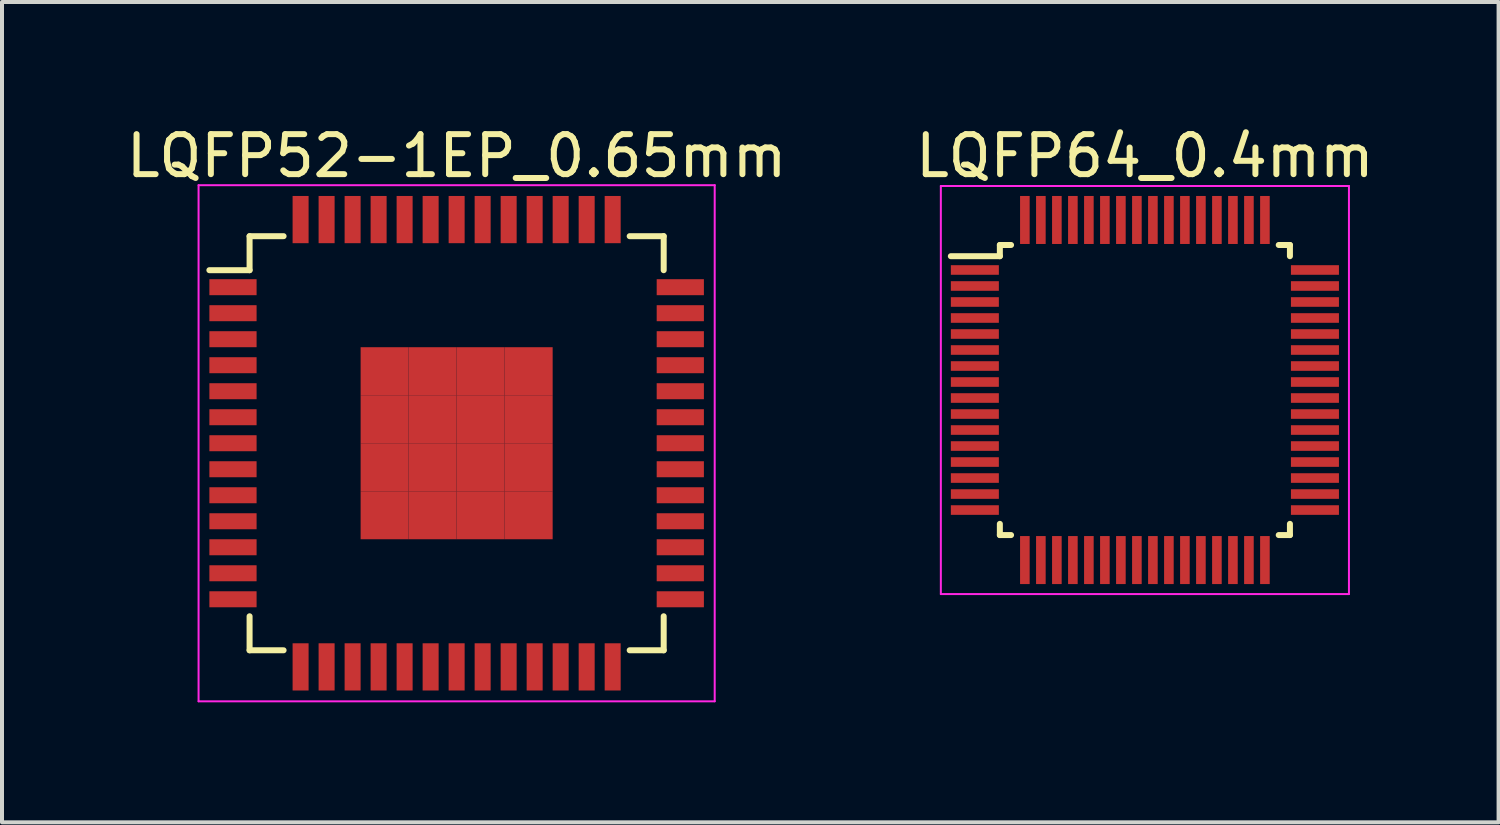
<source format=kicad_pcb>
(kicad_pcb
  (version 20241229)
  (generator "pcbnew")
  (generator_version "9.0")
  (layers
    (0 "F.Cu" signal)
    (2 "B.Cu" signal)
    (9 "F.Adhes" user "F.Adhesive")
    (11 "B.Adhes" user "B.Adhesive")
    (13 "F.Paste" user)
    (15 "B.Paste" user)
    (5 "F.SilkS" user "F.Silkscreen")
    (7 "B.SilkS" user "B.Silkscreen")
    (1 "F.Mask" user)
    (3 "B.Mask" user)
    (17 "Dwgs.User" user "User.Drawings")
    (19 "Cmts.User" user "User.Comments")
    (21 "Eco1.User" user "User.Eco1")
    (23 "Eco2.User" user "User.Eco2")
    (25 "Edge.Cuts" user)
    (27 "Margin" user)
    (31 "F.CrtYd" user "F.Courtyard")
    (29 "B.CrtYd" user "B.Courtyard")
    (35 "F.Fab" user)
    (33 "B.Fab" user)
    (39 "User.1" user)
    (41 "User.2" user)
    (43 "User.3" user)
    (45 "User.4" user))
  (footprint "LQFP52-1EP_0.65mm"
    (layer "F.Cu")
    (at 8.363 8.028)
    (property "Reference" "LQFP52-1EP_0.65mm" (at 0 -7.18 0) (layer "F.SilkS") (effects (font (size 1 1) (thickness 0.15))))
    (attr smd)
    (fp_line (start -5.175 -5.175) (end -5.175 -4.325) (stroke (width 0.15) (type solid)) (layer "F.SilkS"))
    (fp_line (start -5.175 -5.175) (end -4.325 -5.175) (stroke (width 0.15) (type solid)) (layer "F.SilkS"))
    (fp_line (start -5.175 -4.325) (end -6.18 -4.325) (stroke (width 0.15) (type solid)) (layer "F.SilkS"))
    (fp_line (start -5.175 5.175) (end -5.175 4.325) (stroke (width 0.15) (type solid)) (layer "F.SilkS"))
    (fp_line (start -5.175 5.175) (end -4.325 5.175) (stroke (width 0.15) (type solid)) (layer "F.SilkS"))
    (fp_line (start 5.175 -5.175) (end 4.325 -5.175) (stroke (width 0.15) (type solid)) (layer "F.SilkS"))
    (fp_line (start 5.175 -5.175) (end 5.175 -4.325) (stroke (width 0.15) (type solid)) (layer "F.SilkS"))
    (fp_line (start 5.175 5.175) (end 4.325 5.175) (stroke (width 0.15) (type solid)) (layer "F.SilkS"))
    (fp_line (start 5.175 5.175) (end 5.175 4.325) (stroke (width 0.15) (type solid)) (layer "F.SilkS"))
    (fp_line (start -6.45 -6.45) (end -6.45 6.45) (stroke (width 0.05) (type solid)) (layer "F.CrtYd"))
    (fp_line (start -6.45 -6.45) (end 6.45 -6.45) (stroke (width 0.05) (type solid)) (layer "F.CrtYd"))
    (fp_line (start -6.45 6.45) (end 6.45 6.45) (stroke (width 0.05) (type solid)) (layer "F.CrtYd"))
    (fp_line (start 6.45 -6.45) (end 6.45 6.45) (stroke (width 0.05) (type solid)) (layer "F.CrtYd"))
    (pad "1" smd rect (at -5.59 -3.9) (size 1.18 0.4) (layers "F.Cu" "F.Mask" "F.Paste"))
    (pad "2" smd rect (at -5.59 -3.25) (size 1.18 0.4) (layers "F.Cu" "F.Mask" "F.Paste"))
    (pad "3" smd rect (at -5.59 -2.6) (size 1.18 0.4) (layers "F.Cu" "F.Mask" "F.Paste"))
    (pad "4" smd rect (at -5.59 -1.95) (size 1.18 0.4) (layers "F.Cu" "F.Mask" "F.Paste"))
    (pad "5" smd rect (at -5.59 -1.3) (size 1.18 0.4) (layers "F.Cu" "F.Mask" "F.Paste"))
    (pad "6" smd rect (at -5.59 -0.65) (size 1.18 0.4) (layers "F.Cu" "F.Mask" "F.Paste"))
    (pad "7" smd rect (at -5.59 0) (size 1.18 0.4) (layers "F.Cu" "F.Mask" "F.Paste"))
    (pad "8" smd rect (at -5.59 0.65) (size 1.18 0.4) (layers "F.Cu" "F.Mask" "F.Paste"))
    (pad "9" smd rect (at -5.59 1.3) (size 1.18 0.4) (layers "F.Cu" "F.Mask" "F.Paste"))
    (pad "10" smd rect (at -5.59 1.95) (size 1.18 0.4) (layers "F.Cu" "F.Mask" "F.Paste"))
    (pad "11" smd rect (at -5.59 2.6) (size 1.18 0.4) (layers "F.Cu" "F.Mask" "F.Paste"))
    (pad "12" smd rect (at -5.59 3.25) (size 1.18 0.4) (layers "F.Cu" "F.Mask" "F.Paste"))
    (pad "13" smd rect (at -5.59 3.9) (size 1.18 0.4) (layers "F.Cu" "F.Mask" "F.Paste"))
    (pad "14" smd rect (at -3.9 5.59 90) (size 1.18 0.4) (layers "F.Cu" "F.Mask" "F.Paste"))
    (pad "15" smd rect (at -3.25 5.59 90) (size 1.18 0.4) (layers "F.Cu" "F.Mask" "F.Paste"))
    (pad "16" smd rect (at -2.6 5.59 90) (size 1.18 0.4) (layers "F.Cu" "F.Mask" "F.Paste"))
    (pad "17" smd rect (at -1.95 5.59 90) (size 1.18 0.4) (layers "F.Cu" "F.Mask" "F.Paste"))
    (pad "18" smd rect (at -1.3 5.59 90) (size 1.18 0.4) (layers "F.Cu" "F.Mask" "F.Paste"))
    (pad "19" smd rect (at -0.65 5.59 90) (size 1.18 0.4) (layers "F.Cu" "F.Mask" "F.Paste"))
    (pad "20" smd rect (at 0 5.59 90) (size 1.18 0.4) (layers "F.Cu" "F.Mask" "F.Paste"))
    (pad "21" smd rect (at 0.65 5.59 90) (size 1.18 0.4) (layers "F.Cu" "F.Mask" "F.Paste"))
    (pad "22" smd rect (at 1.3 5.59 90) (size 1.18 0.4) (layers "F.Cu" "F.Mask" "F.Paste"))
    (pad "23" smd rect (at 1.95 5.59 90) (size 1.18 0.4) (layers "F.Cu" "F.Mask" "F.Paste"))
    (pad "24" smd rect (at 2.6 5.59 90) (size 1.18 0.4) (layers "F.Cu" "F.Mask" "F.Paste"))
    (pad "25" smd rect (at 3.25 5.59 90) (size 1.18 0.4) (layers "F.Cu" "F.Mask" "F.Paste"))
    (pad "26" smd rect (at 3.9 5.59 90) (size 1.18 0.4) (layers "F.Cu" "F.Mask" "F.Paste"))
    (pad "27" smd rect (at 5.59 3.9) (size 1.18 0.4) (layers "F.Cu" "F.Mask" "F.Paste"))
    (pad "28" smd rect (at 5.59 3.25) (size 1.18 0.4) (layers "F.Cu" "F.Mask" "F.Paste"))
    (pad "29" smd rect (at 5.59 2.6) (size 1.18 0.4) (layers "F.Cu" "F.Mask" "F.Paste"))
    (pad "30" smd rect (at 5.59 1.95) (size 1.18 0.4) (layers "F.Cu" "F.Mask" "F.Paste"))
    (pad "31" smd rect (at 5.59 1.3) (size 1.18 0.4) (layers "F.Cu" "F.Mask" "F.Paste"))
    (pad "32" smd rect (at 5.59 0.65) (size 1.18 0.4) (layers "F.Cu" "F.Mask" "F.Paste"))
    (pad "33" smd rect (at 5.59 0) (size 1.18 0.4) (layers "F.Cu" "F.Mask" "F.Paste"))
    (pad "34" smd rect (at 5.59 -0.65) (size 1.18 0.4) (layers "F.Cu" "F.Mask" "F.Paste"))
    (pad "35" smd rect (at 5.59 -1.3) (size 1.18 0.4) (layers "F.Cu" "F.Mask" "F.Paste"))
    (pad "36" smd rect (at 5.59 -1.95) (size 1.18 0.4) (layers "F.Cu" "F.Mask" "F.Paste"))
    (pad "37" smd rect (at 5.59 -2.6) (size 1.18 0.4) (layers "F.Cu" "F.Mask" "F.Paste"))
    (pad "38" smd rect (at 5.59 -3.25) (size 1.18 0.4) (layers "F.Cu" "F.Mask" "F.Paste"))
    (pad "39" smd rect (at 5.59 -3.9) (size 1.18 0.4) (layers "F.Cu" "F.Mask" "F.Paste"))
    (pad "40" smd rect (at 3.9 -5.59 90) (size 1.18 0.4) (layers "F.Cu" "F.Mask" "F.Paste"))
    (pad "41" smd rect (at 3.25 -5.59 90) (size 1.18 0.4) (layers "F.Cu" "F.Mask" "F.Paste"))
    (pad "42" smd rect (at 2.6 -5.59 90) (size 1.18 0.4) (layers "F.Cu" "F.Mask" "F.Paste"))
    (pad "43" smd rect (at 1.95 -5.59 90) (size 1.18 0.4) (layers "F.Cu" "F.Mask" "F.Paste"))
    (pad "44" smd rect (at 1.3 -5.59 90) (size 1.18 0.4) (layers "F.Cu" "F.Mask" "F.Paste"))
    (pad "45" smd rect (at 0.65 -5.59 90) (size 1.18 0.4) (layers "F.Cu" "F.Mask" "F.Paste"))
    (pad "46" smd rect (at 0 -5.59 90) (size 1.18 0.4) (layers "F.Cu" "F.Mask" "F.Paste"))
    (pad "47" smd rect (at -0.65 -5.59 90) (size 1.18 0.4) (layers "F.Cu" "F.Mask" "F.Paste"))
    (pad "48" smd rect (at -1.3 -5.59 90) (size 1.18 0.4) (layers "F.Cu" "F.Mask" "F.Paste"))
    (pad "49" smd rect (at -1.95 -5.59 90) (size 1.18 0.4) (layers "F.Cu" "F.Mask" "F.Paste"))
    (pad "50" smd rect (at -2.6 -5.59 90) (size 1.18 0.4) (layers "F.Cu" "F.Mask" "F.Paste"))
    (pad "51" smd rect (at -3.25 -5.59 90) (size 1.18 0.4) (layers "F.Cu" "F.Mask" "F.Paste"))
    (pad "52" smd rect (at -3.9 -5.59 90) (size 1.18 0.4) (layers "F.Cu" "F.Mask" "F.Paste"))
    (pad "53" smd rect (at -1.8 -1.8) (size 1.2 1.2) (layers "F.Cu" "F.Mask" "F.Paste"))
    (pad "53" smd rect (at -1.8 -0.6) (size 1.2 1.2) (layers "F.Cu" "F.Mask" "F.Paste"))
    (pad "53" smd rect (at -1.8 0.6) (size 1.2 1.2) (layers "F.Cu" "F.Mask" "F.Paste"))
    (pad "53" smd rect (at -1.8 1.8) (size 1.2 1.2) (layers "F.Cu" "F.Mask" "F.Paste"))
    (pad "53" smd rect (at -0.6 -1.8) (size 1.2 1.2) (layers "F.Cu" "F.Mask" "F.Paste"))
    (pad "53" smd rect (at -0.6 -0.6) (size 1.2 1.2) (layers "F.Cu" "F.Mask" "F.Paste"))
    (pad "53" smd rect (at -0.6 0.6) (size 1.2 1.2) (layers "F.Cu" "F.Mask" "F.Paste"))
    (pad "53" smd rect (at -0.6 1.8) (size 1.2 1.2) (layers "F.Cu" "F.Mask" "F.Paste"))
    (pad "53" smd rect (at 0.6 -1.8) (size 1.2 1.2) (layers "F.Cu" "F.Mask" "F.Paste"))
    (pad "53" smd rect (at 0.6 -0.6) (size 1.2 1.2) (layers "F.Cu" "F.Mask" "F.Paste"))
    (pad "53" smd rect (at 0.6 0.6) (size 1.2 1.2) (layers "F.Cu" "F.Mask" "F.Paste"))
    (pad "53" smd rect (at 0.6 1.8) (size 1.2 1.2) (layers "F.Cu" "F.Mask" "F.Paste"))
    (pad "53" smd rect (at 1.8 -1.8) (size 1.2 1.2) (layers "F.Cu" "F.Mask" "F.Paste"))
    (pad "53" smd rect (at 1.8 -0.6) (size 1.2 1.2) (layers "F.Cu" "F.Mask" "F.Paste"))
    (pad "53" smd rect (at 1.8 0.6) (size 1.2 1.2) (layers "F.Cu" "F.Mask" "F.Paste"))
    (pad "53" smd rect (at 1.8 1.8) (size 1.2 1.2) (layers "F.Cu" "F.Mask" "F.Paste")))
  (footprint "LQFP64_0.4mm"
    (layer "F.Cu")
    (at 25.565 6.698)
    (property "Reference" "LQFP64_0.4mm" (at 0 -5.85 0) (layer "F.SilkS") (effects (font (size 1 1) (thickness 0.15))))
    (attr smd)
    (fp_line (start -3.625 -3.625) (end -3.625 -3.345) (stroke (width 0.15) (type solid)) (layer "F.SilkS"))
    (fp_line (start -3.625 -3.625) (end -3.345 -3.625) (stroke (width 0.15) (type solid)) (layer "F.SilkS"))
    (fp_line (start -3.625 -3.345) (end -4.85 -3.345) (stroke (width 0.15) (type solid)) (layer "F.SilkS"))
    (fp_line (start -3.625 3.625) (end -3.625 3.345) (stroke (width 0.15) (type solid)) (layer "F.SilkS"))
    (fp_line (start -3.625 3.625) (end -3.345 3.625) (stroke (width 0.15) (type solid)) (layer "F.SilkS"))
    (fp_line (start 3.625 -3.625) (end 3.345 -3.625) (stroke (width 0.15) (type solid)) (layer "F.SilkS"))
    (fp_line (start 3.625 -3.625) (end 3.625 -3.345) (stroke (width 0.15) (type solid)) (layer "F.SilkS"))
    (fp_line (start 3.625 3.625) (end 3.345 3.625) (stroke (width 0.15) (type solid)) (layer "F.SilkS"))
    (fp_line (start 3.625 3.625) (end 3.625 3.345) (stroke (width 0.15) (type solid)) (layer "F.SilkS"))
    (fp_line (start -5.1 -5.1) (end -5.1 5.1) (stroke (width 0.05) (type solid)) (layer "F.CrtYd"))
    (fp_line (start -5.1 -5.1) (end 5.1 -5.1) (stroke (width 0.05) (type solid)) (layer "F.CrtYd"))
    (fp_line (start -5.1 5.1) (end 5.1 5.1) (stroke (width 0.05) (type solid)) (layer "F.CrtYd"))
    (fp_line (start 5.1 -5.1) (end 5.1 5.1) (stroke (width 0.05) (type solid)) (layer "F.CrtYd"))
    (pad "1" smd rect (at -4.25 -3) (size 1.2 0.24) (layers "F.Cu" "F.Mask" "F.Paste"))
    (pad "2" smd rect (at -4.25 -2.6) (size 1.2 0.24) (layers "F.Cu" "F.Mask" "F.Paste"))
    (pad "3" smd rect (at -4.25 -2.2) (size 1.2 0.24) (layers "F.Cu" "F.Mask" "F.Paste"))
    (pad "4" smd rect (at -4.25 -1.8) (size 1.2 0.24) (layers "F.Cu" "F.Mask" "F.Paste"))
    (pad "5" smd rect (at -4.25 -1.4) (size 1.2 0.24) (layers "F.Cu" "F.Mask" "F.Paste"))
    (pad "6" smd rect (at -4.25 -1) (size 1.2 0.24) (layers "F.Cu" "F.Mask" "F.Paste"))
    (pad "7" smd rect (at -4.25 -0.6) (size 1.2 0.24) (layers "F.Cu" "F.Mask" "F.Paste"))
    (pad "8" smd rect (at -4.25 -0.2) (size 1.2 0.24) (layers "F.Cu" "F.Mask" "F.Paste"))
    (pad "9" smd rect (at -4.25 0.2) (size 1.2 0.24) (layers "F.Cu" "F.Mask" "F.Paste"))
    (pad "10" smd rect (at -4.25 0.6) (size 1.2 0.24) (layers "F.Cu" "F.Mask" "F.Paste"))
    (pad "11" smd rect (at -4.25 1) (size 1.2 0.24) (layers "F.Cu" "F.Mask" "F.Paste"))
    (pad "12" smd rect (at -4.25 1.4) (size 1.2 0.24) (layers "F.Cu" "F.Mask" "F.Paste"))
    (pad "13" smd rect (at -4.25 1.8) (size 1.2 0.24) (layers "F.Cu" "F.Mask" "F.Paste"))
    (pad "14" smd rect (at -4.25 2.2) (size 1.2 0.24) (layers "F.Cu" "F.Mask" "F.Paste"))
    (pad "15" smd rect (at -4.25 2.6) (size 1.2 0.24) (layers "F.Cu" "F.Mask" "F.Paste"))
    (pad "16" smd rect (at -4.25 3) (size 1.2 0.24) (layers "F.Cu" "F.Mask" "F.Paste"))
    (pad "17" smd rect (at -3 4.25 90) (size 1.2 0.24) (layers "F.Cu" "F.Mask" "F.Paste"))
    (pad "18" smd rect (at -2.6 4.25 90) (size 1.2 0.24) (layers "F.Cu" "F.Mask" "F.Paste"))
    (pad "19" smd rect (at -2.2 4.25 90) (size 1.2 0.24) (layers "F.Cu" "F.Mask" "F.Paste"))
    (pad "20" smd rect (at -1.8 4.25 90) (size 1.2 0.24) (layers "F.Cu" "F.Mask" "F.Paste"))
    (pad "21" smd rect (at -1.4 4.25 90) (size 1.2 0.24) (layers "F.Cu" "F.Mask" "F.Paste"))
    (pad "22" smd rect (at -1 4.25 90) (size 1.2 0.24) (layers "F.Cu" "F.Mask" "F.Paste"))
    (pad "23" smd rect (at -0.6 4.25 90) (size 1.2 0.24) (layers "F.Cu" "F.Mask" "F.Paste"))
    (pad "24" smd rect (at -0.2 4.25 90) (size 1.2 0.24) (layers "F.Cu" "F.Mask" "F.Paste"))
    (pad "25" smd rect (at 0.2 4.25 90) (size 1.2 0.24) (layers "F.Cu" "F.Mask" "F.Paste"))
    (pad "26" smd rect (at 0.6 4.25 90) (size 1.2 0.24) (layers "F.Cu" "F.Mask" "F.Paste"))
    (pad "27" smd rect (at 1 4.25 90) (size 1.2 0.24) (layers "F.Cu" "F.Mask" "F.Paste"))
    (pad "28" smd rect (at 1.4 4.25 90) (size 1.2 0.24) (layers "F.Cu" "F.Mask" "F.Paste"))
    (pad "29" smd rect (at 1.8 4.25 90) (size 1.2 0.24) (layers "F.Cu" "F.Mask" "F.Paste"))
    (pad "30" smd rect (at 2.2 4.25 90) (size 1.2 0.24) (layers "F.Cu" "F.Mask" "F.Paste"))
    (pad "31" smd rect (at 2.6 4.25 90) (size 1.2 0.24) (layers "F.Cu" "F.Mask" "F.Paste"))
    (pad "32" smd rect (at 3 4.25 90) (size 1.2 0.24) (layers "F.Cu" "F.Mask" "F.Paste"))
    (pad "33" smd rect (at 4.25 3) (size 1.2 0.24) (layers "F.Cu" "F.Mask" "F.Paste"))
    (pad "34" smd rect (at 4.25 2.6) (size 1.2 0.24) (layers "F.Cu" "F.Mask" "F.Paste"))
    (pad "35" smd rect (at 4.25 2.2) (size 1.2 0.24) (layers "F.Cu" "F.Mask" "F.Paste"))
    (pad "36" smd rect (at 4.25 1.8) (size 1.2 0.24) (layers "F.Cu" "F.Mask" "F.Paste"))
    (pad "37" smd rect (at 4.25 1.4) (size 1.2 0.24) (layers "F.Cu" "F.Mask" "F.Paste"))
    (pad "38" smd rect (at 4.25 1) (size 1.2 0.24) (layers "F.Cu" "F.Mask" "F.Paste"))
    (pad "39" smd rect (at 4.25 0.6) (size 1.2 0.24) (layers "F.Cu" "F.Mask" "F.Paste"))
    (pad "40" smd rect (at 4.25 0.2) (size 1.2 0.24) (layers "F.Cu" "F.Mask" "F.Paste"))
    (pad "41" smd rect (at 4.25 -0.2) (size 1.2 0.24) (layers "F.Cu" "F.Mask" "F.Paste"))
    (pad "42" smd rect (at 4.25 -0.6) (size 1.2 0.24) (layers "F.Cu" "F.Mask" "F.Paste"))
    (pad "43" smd rect (at 4.25 -1) (size 1.2 0.24) (layers "F.Cu" "F.Mask" "F.Paste"))
    (pad "44" smd rect (at 4.25 -1.4) (size 1.2 0.24) (layers "F.Cu" "F.Mask" "F.Paste"))
    (pad "45" smd rect (at 4.25 -1.8) (size 1.2 0.24) (layers "F.Cu" "F.Mask" "F.Paste"))
    (pad "46" smd rect (at 4.25 -2.2) (size 1.2 0.24) (layers "F.Cu" "F.Mask" "F.Paste"))
    (pad "47" smd rect (at 4.25 -2.6) (size 1.2 0.24) (layers "F.Cu" "F.Mask" "F.Paste"))
    (pad "48" smd rect (at 4.25 -3) (size 1.2 0.24) (layers "F.Cu" "F.Mask" "F.Paste"))
    (pad "49" smd rect (at 3 -4.25 90) (size 1.2 0.24) (layers "F.Cu" "F.Mask" "F.Paste"))
    (pad "50" smd rect (at 2.6 -4.25 90) (size 1.2 0.24) (layers "F.Cu" "F.Mask" "F.Paste"))
    (pad "51" smd rect (at 2.2 -4.25 90) (size 1.2 0.24) (layers "F.Cu" "F.Mask" "F.Paste"))
    (pad "52" smd rect (at 1.8 -4.25 90) (size 1.2 0.24) (layers "F.Cu" "F.Mask" "F.Paste"))
    (pad "53" smd rect (at 1.4 -4.25 90) (size 1.2 0.24) (layers "F.Cu" "F.Mask" "F.Paste"))
    (pad "54" smd rect (at 1 -4.25 90) (size 1.2 0.24) (layers "F.Cu" "F.Mask" "F.Paste"))
    (pad "55" smd rect (at 0.6 -4.25 90) (size 1.2 0.24) (layers "F.Cu" "F.Mask" "F.Paste"))
    (pad "56" smd rect (at 0.2 -4.25 90) (size 1.2 0.24) (layers "F.Cu" "F.Mask" "F.Paste"))
    (pad "57" smd rect (at -0.2 -4.25 90) (size 1.2 0.24) (layers "F.Cu" "F.Mask" "F.Paste"))
    (pad "58" smd rect (at -0.6 -4.25 90) (size 1.2 0.24) (layers "F.Cu" "F.Mask" "F.Paste"))
    (pad "59" smd rect (at -1 -4.25 90) (size 1.2 0.24) (layers "F.Cu" "F.Mask" "F.Paste"))
    (pad "60" smd rect (at -1.4 -4.25 90) (size 1.2 0.24) (layers "F.Cu" "F.Mask" "F.Paste"))
    (pad "61" smd rect (at -1.8 -4.25 90) (size 1.2 0.24) (layers "F.Cu" "F.Mask" "F.Paste"))
    (pad "62" smd rect (at -2.2 -4.25 90) (size 1.2 0.24) (layers "F.Cu" "F.Mask" "F.Paste"))
    (pad "63" smd rect (at -2.6 -4.25 90) (size 1.2 0.24) (layers "F.Cu" "F.Mask" "F.Paste"))
    (pad "64" smd rect (at -3 -4.25 90) (size 1.2 0.24) (layers "F.Cu" "F.Mask" "F.Paste")))
  (gr_rect
    (start -3 -3)
    (end 34.405 17.503)
    (stroke (width 0.1) (type default))
    (fill no)
    (layer "Edge.Cuts")))
</source>
